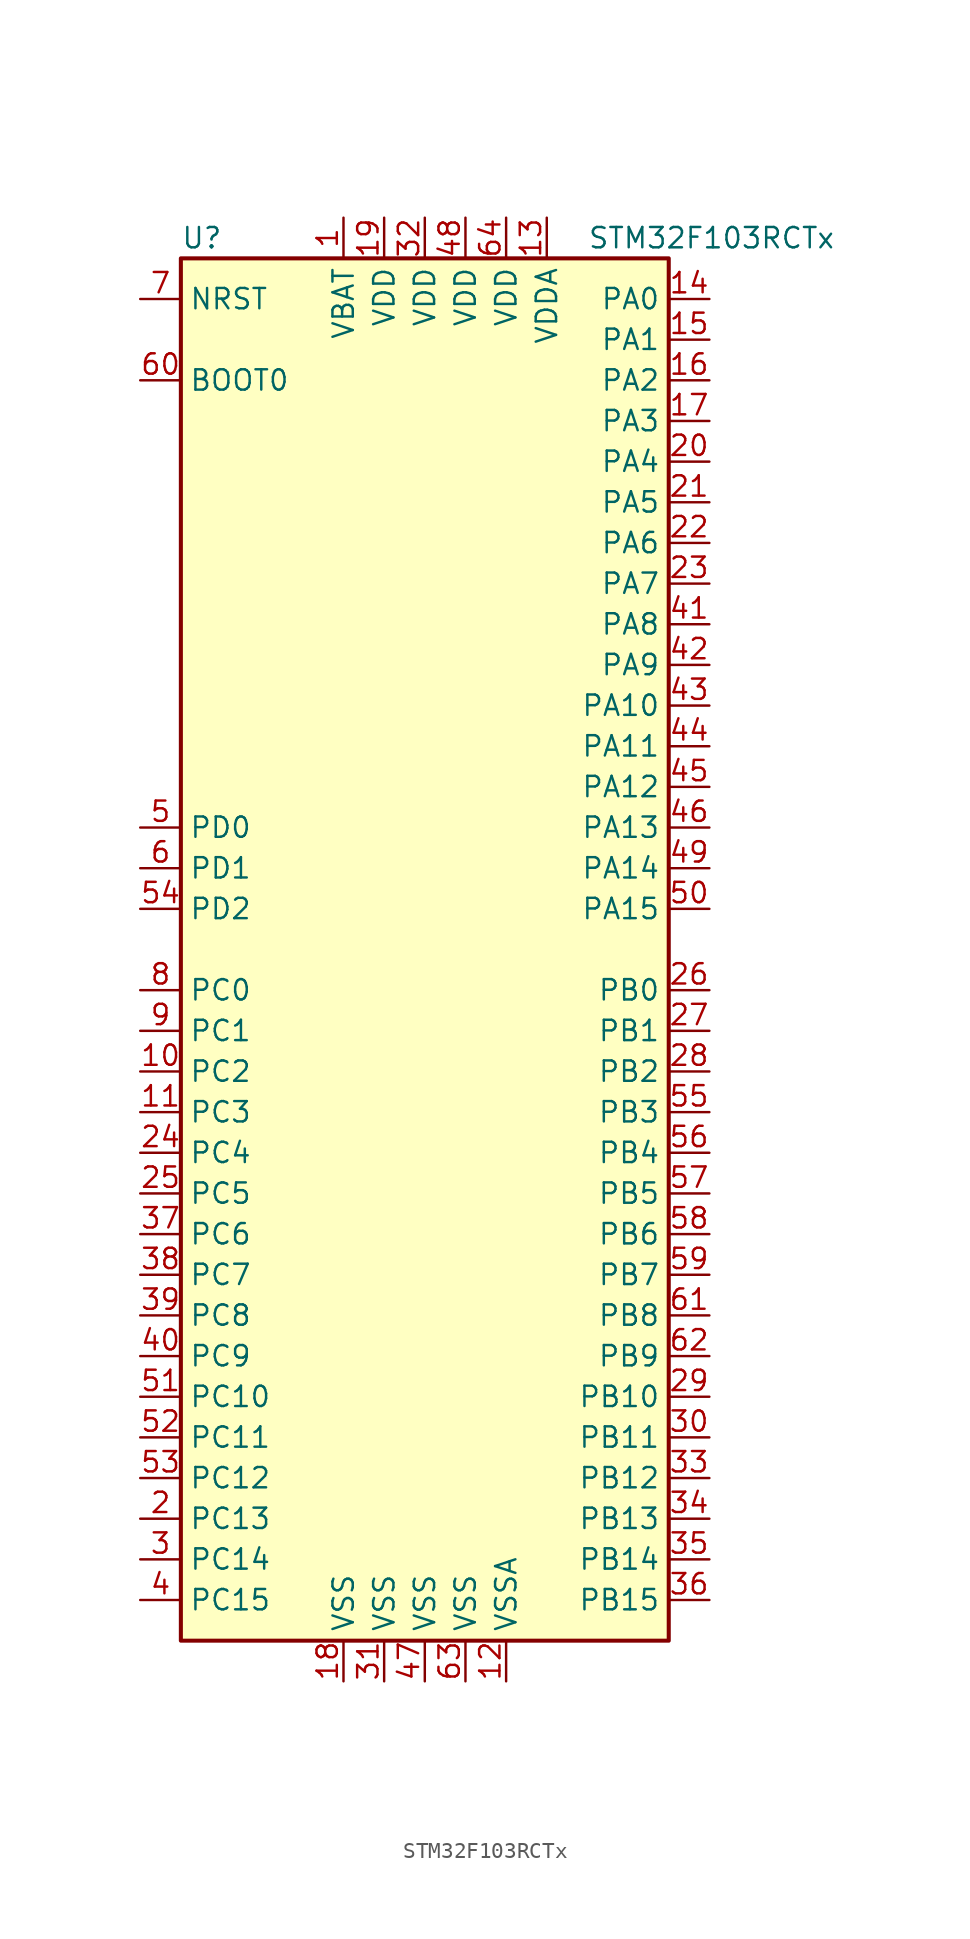
<source format=kicad_sym>
(kicad_symbol_lib
  (version 20201005)
  (generator kicad_symbol_editor)
  (symbol "STM32F103RCTx"
    (property "Reference" "U"
      (at -15.24 44.45 0)
      (effects (font (size 1.27 1.27)) (justify left)))
    (property "Value" "STM32F103RCTx"
      (at 10.16 44.45 0)
      (effects (font (size 1.27 1.27)) (justify left)))
    (symbol "STM32F103RCTx_0_1"
      (rectangle (start -15.24 -43.18) (end 15.24 43.18) (stroke (width 0.254)) (fill (type background))))
    (symbol "STM32F103RCTx_1_1"
      (pin power_in line (at -5.08 45.72 270) (length 2.54) (name "VBAT" (effects (font (size 1.27 1.27)))) (number "1" (effects (font (size 1.27 1.27)))))
      (pin bidirectional line (at -17.78 -7.62 0) (length 2.54) (name "PC2" (effects (font (size 1.27 1.27)))) (number "10" (effects (font (size 1.27 1.27)))))
      (pin bidirectional line (at -17.78 -10.16 0) (length 2.54) (name "PC3" (effects (font (size 1.27 1.27)))) (number "11" (effects (font (size 1.27 1.27)))))
      (pin power_in line (at 5.08 -45.72 90) (length 2.54) (name "VSSA" (effects (font (size 1.27 1.27)))) (number "12" (effects (font (size 1.27 1.27)))))
      (pin power_in line (at 7.62 45.72 270) (length 2.54) (name "VDDA" (effects (font (size 1.27 1.27)))) (number "13" (effects (font (size 1.27 1.27)))))
      (pin bidirectional line (at 17.78 40.64 180) (length 2.54) (name "PA0" (effects (font (size 1.27 1.27)))) (number "14" (effects (font (size 1.27 1.27)))))
      (pin bidirectional line (at 17.78 38.1 180) (length 2.54) (name "PA1" (effects (font (size 1.27 1.27)))) (number "15" (effects (font (size 1.27 1.27)))))
      (pin bidirectional line (at 17.78 35.56 180) (length 2.54) (name "PA2" (effects (font (size 1.27 1.27)))) (number "16" (effects (font (size 1.27 1.27)))))
      (pin bidirectional line (at 17.78 33.02 180) (length 2.54) (name "PA3" (effects (font (size 1.27 1.27)))) (number "17" (effects (font (size 1.27 1.27)))))
      (pin power_in line (at -5.08 -45.72 90) (length 2.54) (name "VSS" (effects (font (size 1.27 1.27)))) (number "18" (effects (font (size 1.27 1.27)))))
      (pin power_in line (at -2.54 45.72 270) (length 2.54) (name "VDD" (effects (font (size 1.27 1.27)))) (number "19" (effects (font (size 1.27 1.27)))))
      (pin bidirectional line (at -17.78 -35.56 0) (length 2.54) (name "PC13" (effects (font (size 1.27 1.27)))) (number "2" (effects (font (size 1.27 1.27)))))
      (pin bidirectional line (at 17.78 30.48 180) (length 2.54) (name "PA4" (effects (font (size 1.27 1.27)))) (number "20" (effects (font (size 1.27 1.27)))))
      (pin bidirectional line (at 17.78 27.94 180) (length 2.54) (name "PA5" (effects (font (size 1.27 1.27)))) (number "21" (effects (font (size 1.27 1.27)))))
      (pin bidirectional line (at 17.78 25.4 180) (length 2.54) (name "PA6" (effects (font (size 1.27 1.27)))) (number "22" (effects (font (size 1.27 1.27)))))
      (pin bidirectional line (at 17.78 22.86 180) (length 2.54) (name "PA7" (effects (font (size 1.27 1.27)))) (number "23" (effects (font (size 1.27 1.27)))))
      (pin bidirectional line (at -17.78 -12.7 0) (length 2.54) (name "PC4" (effects (font (size 1.27 1.27)))) (number "24" (effects (font (size 1.27 1.27)))))
      (pin bidirectional line (at -17.78 -15.24 0) (length 2.54) (name "PC5" (effects (font (size 1.27 1.27)))) (number "25" (effects (font (size 1.27 1.27)))))
      (pin bidirectional line (at 17.78 -2.54 180) (length 2.54) (name "PB0" (effects (font (size 1.27 1.27)))) (number "26" (effects (font (size 1.27 1.27)))))
      (pin bidirectional line (at 17.78 -5.08 180) (length 2.54) (name "PB1" (effects (font (size 1.27 1.27)))) (number "27" (effects (font (size 1.27 1.27)))))
      (pin bidirectional line (at 17.78 -7.62 180) (length 2.54) (name "PB2" (effects (font (size 1.27 1.27)))) (number "28" (effects (font (size 1.27 1.27)))))
      (pin bidirectional line (at 17.78 -27.94 180) (length 2.54) (name "PB10" (effects (font (size 1.27 1.27)))) (number "29" (effects (font (size 1.27 1.27)))))
      (pin bidirectional line (at -17.78 -38.1 0) (length 2.54) (name "PC14" (effects (font (size 1.27 1.27)))) (number "3" (effects (font (size 1.27 1.27)))))
      (pin bidirectional line (at 17.78 -30.48 180) (length 2.54) (name "PB11" (effects (font (size 1.27 1.27)))) (number "30" (effects (font (size 1.27 1.27)))))
      (pin power_in line (at -2.54 -45.72 90) (length 2.54) (name "VSS" (effects (font (size 1.27 1.27)))) (number "31" (effects (font (size 1.27 1.27)))))
      (pin power_in line (at 0 45.72 270) (length 2.54) (name "VDD" (effects (font (size 1.27 1.27)))) (number "32" (effects (font (size 1.27 1.27)))))
      (pin bidirectional line (at 17.78 -33.02 180) (length 2.54) (name "PB12" (effects (font (size 1.27 1.27)))) (number "33" (effects (font (size 1.27 1.27)))))
      (pin bidirectional line (at 17.78 -35.56 180) (length 2.54) (name "PB13" (effects (font (size 1.27 1.27)))) (number "34" (effects (font (size 1.27 1.27)))))
      (pin bidirectional line (at 17.78 -38.1 180) (length 2.54) (name "PB14" (effects (font (size 1.27 1.27)))) (number "35" (effects (font (size 1.27 1.27)))))
      (pin bidirectional line (at 17.78 -40.64 180) (length 2.54) (name "PB15" (effects (font (size 1.27 1.27)))) (number "36" (effects (font (size 1.27 1.27)))))
      (pin bidirectional line (at -17.78 -17.78 0) (length 2.54) (name "PC6" (effects (font (size 1.27 1.27)))) (number "37" (effects (font (size 1.27 1.27)))))
      (pin bidirectional line (at -17.78 -20.32 0) (length 2.54) (name "PC7" (effects (font (size 1.27 1.27)))) (number "38" (effects (font (size 1.27 1.27)))))
      (pin bidirectional line (at -17.78 -22.86 0) (length 2.54) (name "PC8" (effects (font (size 1.27 1.27)))) (number "39" (effects (font (size 1.27 1.27)))))
      (pin bidirectional line (at -17.78 -40.64 0) (length 2.54) (name "PC15" (effects (font (size 1.27 1.27)))) (number "4" (effects (font (size 1.27 1.27)))))
      (pin bidirectional line (at -17.78 -25.4 0) (length 2.54) (name "PC9" (effects (font (size 1.27 1.27)))) (number "40" (effects (font (size 1.27 1.27)))))
      (pin bidirectional line (at 17.78 20.32 180) (length 2.54) (name "PA8" (effects (font (size 1.27 1.27)))) (number "41" (effects (font (size 1.27 1.27)))))
      (pin bidirectional line (at 17.78 17.78 180) (length 2.54) (name "PA9" (effects (font (size 1.27 1.27)))) (number "42" (effects (font (size 1.27 1.27)))))
      (pin bidirectional line (at 17.78 15.24 180) (length 2.54) (name "PA10" (effects (font (size 1.27 1.27)))) (number "43" (effects (font (size 1.27 1.27)))))
      (pin bidirectional line (at 17.78 12.7 180) (length 2.54) (name "PA11" (effects (font (size 1.27 1.27)))) (number "44" (effects (font (size 1.27 1.27)))))
      (pin bidirectional line (at 17.78 10.16 180) (length 2.54) (name "PA12" (effects (font (size 1.27 1.27)))) (number "45" (effects (font (size 1.27 1.27)))))
      (pin bidirectional line (at 17.78 7.62 180) (length 2.54) (name "PA13" (effects (font (size 1.27 1.27)))) (number "46" (effects (font (size 1.27 1.27)))))
      (pin power_in line (at 0 -45.72 90) (length 2.54) (name "VSS" (effects (font (size 1.27 1.27)))) (number "47" (effects (font (size 1.27 1.27)))))
      (pin power_in line (at 2.54 45.72 270) (length 2.54) (name "VDD" (effects (font (size 1.27 1.27)))) (number "48" (effects (font (size 1.27 1.27)))))
      (pin bidirectional line (at 17.78 5.08 180) (length 2.54) (name "PA14" (effects (font (size 1.27 1.27)))) (number "49" (effects (font (size 1.27 1.27)))))
      (pin input line (at -17.78 7.62 0) (length 2.54) (name "PD0" (effects (font (size 1.27 1.27)))) (number "5" (effects (font (size 1.27 1.27)))))
      (pin bidirectional line (at 17.78 2.54 180) (length 2.54) (name "PA15" (effects (font (size 1.27 1.27)))) (number "50" (effects (font (size 1.27 1.27)))))
      (pin bidirectional line (at -17.78 -27.94 0) (length 2.54) (name "PC10" (effects (font (size 1.27 1.27)))) (number "51" (effects (font (size 1.27 1.27)))))
      (pin bidirectional line (at -17.78 -30.48 0) (length 2.54) (name "PC11" (effects (font (size 1.27 1.27)))) (number "52" (effects (font (size 1.27 1.27)))))
      (pin bidirectional line (at -17.78 -33.02 0) (length 2.54) (name "PC12" (effects (font (size 1.27 1.27)))) (number "53" (effects (font (size 1.27 1.27)))))
      (pin bidirectional line (at -17.78 2.54 0) (length 2.54) (name "PD2" (effects (font (size 1.27 1.27)))) (number "54" (effects (font (size 1.27 1.27)))))
      (pin bidirectional line (at 17.78 -10.16 180) (length 2.54) (name "PB3" (effects (font (size 1.27 1.27)))) (number "55" (effects (font (size 1.27 1.27)))))
      (pin bidirectional line (at 17.78 -12.7 180) (length 2.54) (name "PB4" (effects (font (size 1.27 1.27)))) (number "56" (effects (font (size 1.27 1.27)))))
      (pin bidirectional line (at 17.78 -15.24 180) (length 2.54) (name "PB5" (effects (font (size 1.27 1.27)))) (number "57" (effects (font (size 1.27 1.27)))))
      (pin bidirectional line (at 17.78 -17.78 180) (length 2.54) (name "PB6" (effects (font (size 1.27 1.27)))) (number "58" (effects (font (size 1.27 1.27)))))
      (pin bidirectional line (at 17.78 -20.32 180) (length 2.54) (name "PB7" (effects (font (size 1.27 1.27)))) (number "59" (effects (font (size 1.27 1.27)))))
      (pin input line (at -17.78 5.08 0) (length 2.54) (name "PD1" (effects (font (size 1.27 1.27)))) (number "6" (effects (font (size 1.27 1.27)))))
      (pin input line (at -17.78 35.56 0) (length 2.54) (name "BOOT0" (effects (font (size 1.27 1.27)))) (number "60" (effects (font (size 1.27 1.27)))))
      (pin bidirectional line (at 17.78 -22.86 180) (length 2.54) (name "PB8" (effects (font (size 1.27 1.27)))) (number "61" (effects (font (size 1.27 1.27)))))
      (pin bidirectional line (at 17.78 -25.4 180) (length 2.54) (name "PB9" (effects (font (size 1.27 1.27)))) (number "62" (effects (font (size 1.27 1.27)))))
      (pin power_in line (at 2.54 -45.72 90) (length 2.54) (name "VSS" (effects (font (size 1.27 1.27)))) (number "63" (effects (font (size 1.27 1.27)))))
      (pin power_in line (at 5.08 45.72 270) (length 2.54) (name "VDD" (effects (font (size 1.27 1.27)))) (number "64" (effects (font (size 1.27 1.27)))))
      (pin input line (at -17.78 40.64 0) (length 2.54) (name "NRST" (effects (font (size 1.27 1.27)))) (number "7" (effects (font (size 1.27 1.27)))))
      (pin bidirectional line (at -17.78 -2.54 0) (length 2.54) (name "PC0" (effects (font (size 1.27 1.27)))) (number "8" (effects (font (size 1.27 1.27)))))
      (pin bidirectional line (at -17.78 -5.08 0) (length 2.54) (name "PC1" (effects (font (size 1.27 1.27)))) (number "9" (effects (font (size 1.27 1.27))))))))
</source>
